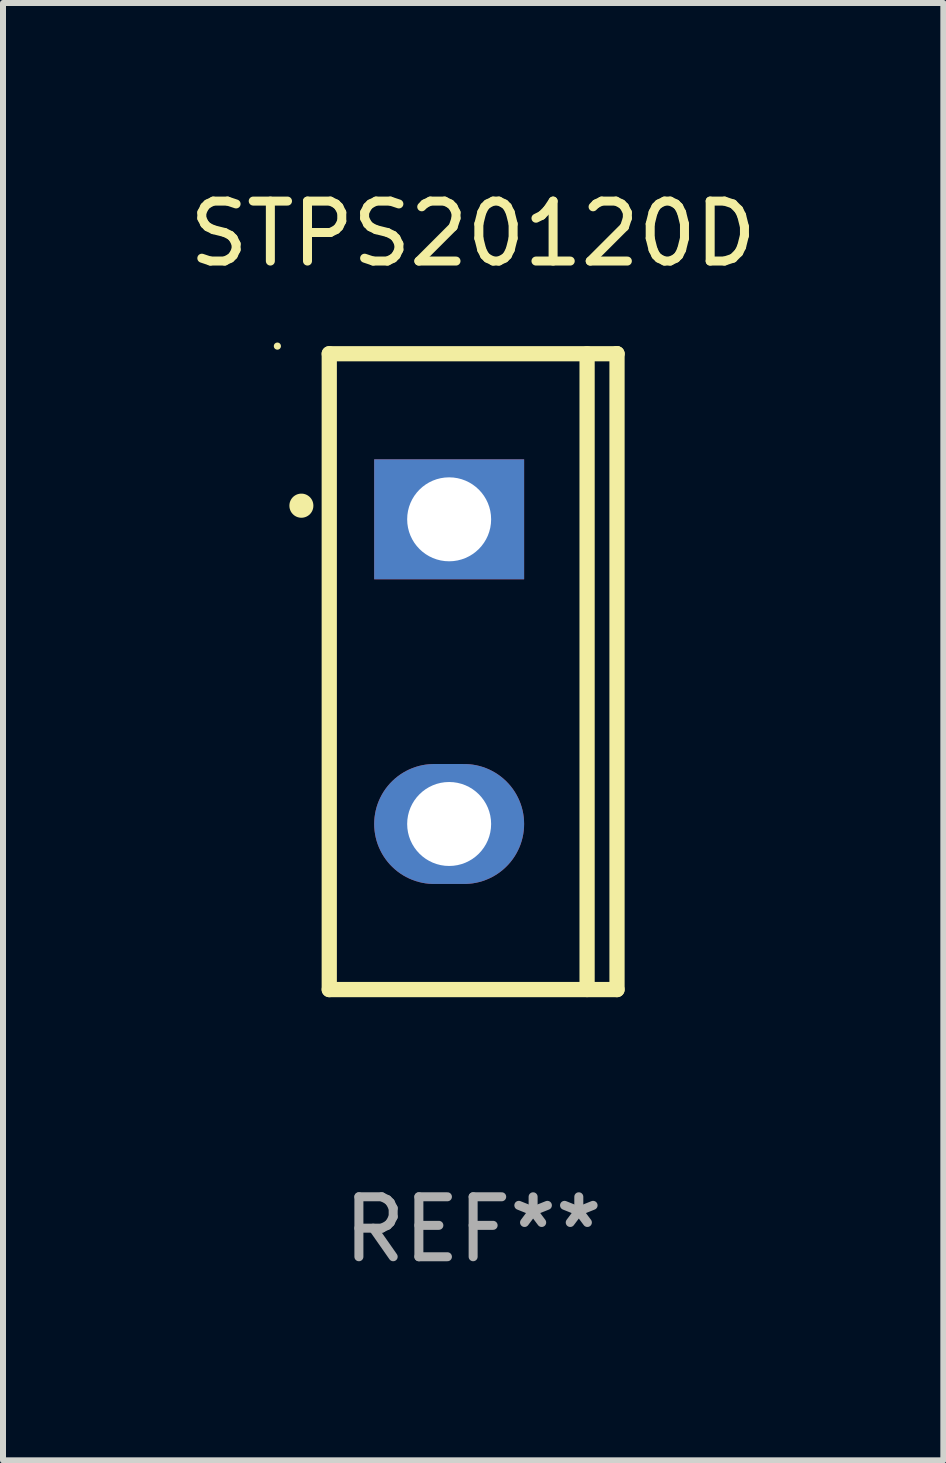
<source format=kicad_pcb>
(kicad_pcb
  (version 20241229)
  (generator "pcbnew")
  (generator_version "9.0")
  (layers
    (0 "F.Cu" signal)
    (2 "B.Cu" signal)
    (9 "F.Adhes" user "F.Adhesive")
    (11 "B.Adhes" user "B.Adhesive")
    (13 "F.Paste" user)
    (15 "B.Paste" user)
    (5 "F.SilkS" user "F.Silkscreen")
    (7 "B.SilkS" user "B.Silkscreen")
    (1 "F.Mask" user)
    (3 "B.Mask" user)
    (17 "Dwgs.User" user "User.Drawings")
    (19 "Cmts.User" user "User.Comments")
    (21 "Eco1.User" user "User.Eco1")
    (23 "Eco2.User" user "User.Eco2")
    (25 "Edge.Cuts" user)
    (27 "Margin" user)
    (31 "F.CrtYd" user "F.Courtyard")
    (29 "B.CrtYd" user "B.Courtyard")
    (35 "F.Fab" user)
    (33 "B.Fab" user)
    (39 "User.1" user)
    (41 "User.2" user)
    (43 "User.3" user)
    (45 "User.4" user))
  (footprint "STPS20120D"
    (layer "F.Cu")
    (at 4.839 8.149)
    (property "Reference" "STPS20120D" (at 0 -7.301 0) (layer "F.SilkS") (effects (font (size 1 1) (thickness 0.15))))
    (attr through_hole)
    (fp_line (start -2.399 -5.301) (end 2.394 -5.301) (stroke (width 0.254) (type solid)) (layer "F.SilkS"))
    (fp_line (start -2.399 5.301) (end -2.399 -5.301) (stroke (width 0.254) (type solid)) (layer "F.SilkS"))
    (fp_line (start 1.9 5.3) (end 1.9 -5.3) (stroke (width 0.254) (type solid)) (layer "F.SilkS"))
    (fp_line (start 2.394 -5.301) (end 2.399 -5.301) (stroke (width 0.254) (type solid)) (layer "F.SilkS"))
    (fp_line (start 2.399 -5.301) (end 2.399 5.301) (stroke (width 0.254) (type solid)) (layer "F.SilkS"))
    (fp_line (start 2.399 5.301) (end -2.399 5.301) (stroke (width 0.254) (type solid)) (layer "F.SilkS"))
    (fp_arc (start -2.863843 -2.766066) (mid -2.863847 -2.767336) (end -2.863843 -2.768606) (stroke (width 0.4) (type solid)) (layer "F.SilkS"))
    (fp_circle (center -3.264 -5.428) (end -3.234 -5.428) (stroke (width 0.06) (type solid)) (fill no) (layer "F.SilkS"))
    (fp_text user "REF**" (at 0 9.301 0) (layer "F.Fab") (effects (font (size 1 1) (thickness 0.15))))
    (pad "1" thru_hole rect (at -0.4 -2.54 270) (size 2 2.5) (drill 1.4) (layers "*.Cu" "*.Mask"))
    (pad "2" thru_hole oval (at -0.4 2.54 270) (size 2 2.5) (drill 1.4) (layers "*.Cu" "*.Mask")))
  (gr_rect
    (start -3 -3)
    (end 12.679 21.299)
    (stroke (width 0.1) (type default))
    (fill no)
    (layer "Edge.Cuts")))
</source>
